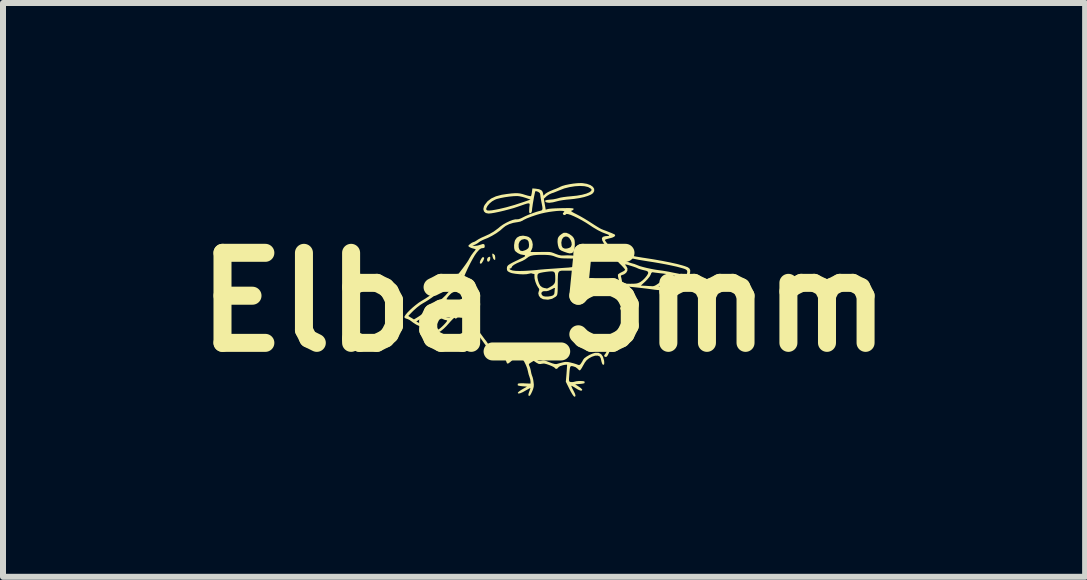
<source format=kicad_pcb>
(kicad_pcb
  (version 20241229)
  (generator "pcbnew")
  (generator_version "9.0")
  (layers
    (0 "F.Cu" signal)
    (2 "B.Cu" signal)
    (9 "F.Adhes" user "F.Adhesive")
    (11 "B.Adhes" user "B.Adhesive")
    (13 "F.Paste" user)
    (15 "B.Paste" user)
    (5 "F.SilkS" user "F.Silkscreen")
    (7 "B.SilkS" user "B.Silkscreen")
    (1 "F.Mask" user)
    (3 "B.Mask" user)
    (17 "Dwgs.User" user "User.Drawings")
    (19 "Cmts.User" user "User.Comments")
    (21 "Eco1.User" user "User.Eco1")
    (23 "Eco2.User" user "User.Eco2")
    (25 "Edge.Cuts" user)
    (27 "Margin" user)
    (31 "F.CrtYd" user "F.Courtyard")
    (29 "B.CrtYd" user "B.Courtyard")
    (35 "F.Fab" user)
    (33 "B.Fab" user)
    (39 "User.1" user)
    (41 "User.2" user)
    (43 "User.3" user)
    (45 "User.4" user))
  (footprint "Elba_5mm"
    (layer "F.Cu")
    (at 6.014 1.984)
    (property "Reference" "Elba_5mm" (at 0 0 0) (layer "F.SilkS") (effects (font (size 1.5 1.5) (thickness 0.3))))
    (attr board_only exclude_from_pos_files exclude_from_bom)
    (fp_poly (pts (xy -0.896 -0.748) (xy -0.897 -0.718) (xy -0.898 -0.713) (xy -0.909 -0.685) (xy -0.926 -0.674) (xy -0.942 -0.679) (xy -0.95 -0.703) (xy -0.95 -0.706) (xy -0.942 -0.735) (xy -0.927 -0.749) (xy -0.905 -0.757)) (stroke (width 0) (type solid)) (fill yes) (layer "F.SilkS"))
    (fp_poly (pts (xy 0.758 -0.858) (xy 0.763 -0.851) (xy 0.767 -0.83) (xy 0.77 -0.82) (xy 0.77 -0.804) (xy 0.752 -0.8) (xy 0.731 -0.805) (xy 0.725 -0.812) (xy 0.721 -0.833) (xy 0.718 -0.843) (xy 0.719 -0.859) (xy 0.737 -0.863)) (stroke (width 0) (type solid)) (fill yes) (layer "F.SilkS"))
    (fp_poly (pts (xy -1 -0.745) (xy -0.998 -0.727) (xy -1.011 -0.694) (xy -1.015 -0.687) (xy -1.037 -0.651) (xy -1.053 -0.639) (xy -1.067 -0.647) (xy -1.069 -0.649) (xy -1.069 -0.668) (xy -1.059 -0.697) (xy -1.043 -0.726) (xy -1.027 -0.746) (xy -1.019 -0.75)) (stroke (width 0) (type solid)) (fill yes) (layer "F.SilkS"))
    (fp_poly (pts (xy 0.671 -0.894) (xy 0.673 -0.879) (xy 0.663 -0.869) (xy 0.653 -0.852) (xy 0.65 -0.831) (xy 0.643 -0.807) (xy 0.627 -0.801) (xy 0.611 -0.814) (xy 0.608 -0.819) (xy 0.606 -0.849) (xy 0.618 -0.879) (xy 0.639 -0.898) (xy 0.65 -0.9)) (stroke (width 0) (type solid)) (fill yes) (layer "F.SilkS"))
    (fp_poly (pts (xy -0.846 -0.805) (xy -0.84 -0.801) (xy -0.819 -0.781) (xy -0.813 -0.746) (xy -0.813 -0.744) (xy -0.813 -0.713) (xy -0.817 -0.703) (xy -0.828 -0.706) (xy -0.835 -0.711) (xy -0.848 -0.729) (xy -0.858 -0.761) (xy -0.859 -0.768) (xy -0.863 -0.799) (xy -0.86 -0.809)) (stroke (width 0) (type solid)) (fill yes) (layer "F.SilkS"))
    (fp_poly (pts (xy 0.373 -1.155) (xy 0.419 -1.136) (xy 0.464 -1.104) (xy 0.482 -1.086) (xy 0.498 -1.062) (xy 0.508 -1.036) (xy 0.512 -1.001) (xy 0.513 -0.959) (xy 0.508 -0.89) (xy 0.493 -0.843) (xy 0.467 -0.818) (xy 0.428 -0.812) (xy 0.388 -0.821) (xy 0.33 -0.841) (xy 0.291 -0.857) (xy 0.266 -0.873) (xy 0.251 -0.891) (xy 0.243 -0.908) (xy 0.232 -0.947) (xy 0.226 -0.99) (xy 0.288 -0.99) (xy 0.294 -0.937) (xy 0.313 -0.905) (xy 0.347 -0.892) (xy 0.381 -0.893) (xy 0.417 -0.903) (xy 0.444 -0.918) (xy 0.447 -0.922) (xy 0.461 -0.954) (xy 0.458 -0.994) (xy 0.445 -1.031) (xy 0.418 -1.072) (xy 0.385 -1.092) (xy 0.35 -1.093) (xy 0.319 -1.076) (xy 0.297 -1.041) (xy 0.288 -0.991) (xy 0.288 -0.99) (xy 0.226 -0.99) (xy 0.226 -0.994) (xy 0.225 -1.012) (xy 0.228 -1.054) (xy 0.239 -1.083) (xy 0.262 -1.111) (xy 0.294 -1.136) (xy 0.325 -1.154) (xy 0.331 -1.156)) (stroke (width 0) (type solid)) (fill yes) (layer "F.SilkS"))
    (fp_poly (pts (xy -0.287 -1.097) (xy -0.254 -1.085) (xy -0.22 -1.057) (xy -0.198 -1.013) (xy -0.188 -0.961) (xy -0.193 -0.909) (xy -0.206 -0.875) (xy -0.219 -0.851) (xy -0.225 -0.838) (xy -0.213 -0.836) (xy -0.181 -0.835) (xy -0.133 -0.835) (xy -0.074 -0.836) (xy -0.059 -0.836) (xy 0.01 -0.837) (xy 0.06 -0.837) (xy 0.097 -0.835) (xy 0.127 -0.829) (xy 0.157 -0.819) (xy 0.188 -0.806) (xy 0.241 -0.787) (xy 0.284 -0.778) (xy 0.329 -0.778) (xy 0.337 -0.778) (xy 0.388 -0.78) (xy 0.448 -0.778) (xy 0.493 -0.775) (xy 0.55 -0.766) (xy 0.586 -0.751) (xy 0.605 -0.727) (xy 0.612 -0.691) (xy 0.613 -0.678) (xy 0.609 -0.647) (xy 0.593 -0.619) (xy 0.561 -0.583) (xy 0.558 -0.58) (xy 0.504 -0.525) (xy 0.392 -0.525) (xy 0.333 -0.525) (xy 0.291 -0.524) (xy 0.262 -0.518) (xy 0.244 -0.503) (xy 0.234 -0.476) (xy 0.231 -0.433) (xy 0.229 -0.372) (xy 0.229 -0.315) (xy 0.228 -0.241) (xy 0.227 -0.188) (xy 0.224 -0.151) (xy 0.22 -0.127) (xy 0.214 -0.111) (xy 0.204 -0.1) (xy 0.195 -0.091) (xy 0.135 -0.056) (xy 0.066 -0.041) (xy -0.009 -0.048) (xy -0.022 -0.052) (xy -0.06 -0.073) (xy -0.086 -0.107) (xy -0.094 -0.14) (xy -0.045 -0.14) (xy -0.032 -0.115) (xy -0.008 -0.099) (xy 0.026 -0.093) (xy 0.071 -0.094) (xy 0.117 -0.101) (xy 0.151 -0.113) (xy 0.17 -0.135) (xy 0.175 -0.168) (xy 0.177 -0.203) (xy 0.182 -0.229) (xy 0.183 -0.23) (xy 0.18 -0.237) (xy 0.16 -0.232) (xy 0.124 -0.213) (xy 0.074 -0.19) (xy 0.035 -0.182) (xy 0.019 -0.184) (xy -0.017 -0.181) (xy -0.039 -0.165) (xy -0.045 -0.14) (xy -0.094 -0.14) (xy -0.096 -0.147) (xy -0.088 -0.18) (xy -0.079 -0.204) (xy -0.084 -0.225) (xy -0.098 -0.244) (xy -0.122 -0.285) (xy -0.143 -0.337) (xy -0.157 -0.39) (xy -0.159 -0.413) (xy -0.11 -0.413) (xy -0.101 -0.364) (xy -0.085 -0.315) (xy -0.064 -0.275) (xy -0.033 -0.249) (xy 0.001 -0.236) (xy 0.031 -0.231) (xy 0.047 -0.227) (xy 0.048 -0.227) (xy 0.061 -0.231) (xy 0.086 -0.244) (xy 0.092 -0.247) (xy 0.14 -0.276) (xy 0.168 -0.302) (xy 0.183 -0.333) (xy 0.187 -0.375) (xy 0.187 -0.387) (xy 0.186 -0.444) (xy 0.181 -0.481) (xy 0.169 -0.502) (xy 0.149 -0.511) (xy 0.124 -0.513) (xy 0.086 -0.511) (xy 0.035 -0.505) (xy -0.013 -0.498) (xy -0.059 -0.489) (xy -0.087 -0.48) (xy -0.102 -0.468) (xy -0.109 -0.451) (xy -0.109 -0.451) (xy -0.11 -0.413) (xy -0.159 -0.413) (xy -0.16 -0.434) (xy -0.16 -0.439) (xy -0.159 -0.466) (xy -0.169 -0.471) (xy -0.169 -0.47) (xy -0.191 -0.473) (xy -0.196 -0.476) (xy -0.217 -0.481) (xy -0.249 -0.474) (xy -0.291 -0.466) (xy -0.349 -0.463) (xy -0.415 -0.466) (xy -0.48 -0.473) (xy -0.536 -0.483) (xy -0.57 -0.495) (xy -0.602 -0.513) (xy -0.616 -0.532) (xy -0.619 -0.559) (xy -0.575 -0.559) (xy -0.573 -0.549) (xy -0.555 -0.537) (xy -0.522 -0.527) (xy -0.522 -0.527) (xy -0.476 -0.521) (xy -0.408 -0.519) (xy -0.322 -0.521) (xy -0.221 -0.527) (xy -0.108 -0.537) (xy -0.106 -0.538) (xy -0.052 -0.543) (xy 0.021 -0.549) (xy 0.104 -0.555) (xy 0.191 -0.561) (xy 0.259 -0.566) (xy 0.342 -0.572) (xy 0.404 -0.576) (xy 0.449 -0.581) (xy 0.48 -0.586) (xy 0.502 -0.592) (xy 0.517 -0.6) (xy 0.529 -0.611) (xy 0.531 -0.612) (xy 0.552 -0.642) (xy 0.563 -0.676) (xy 0.56 -0.706) (xy 0.549 -0.72) (xy 0.532 -0.723) (xy 0.496 -0.726) (xy 0.445 -0.727) (xy 0.398 -0.728) (xy 0.332 -0.729) (xy 0.282 -0.732) (xy 0.243 -0.739) (xy 0.206 -0.75) (xy 0.188 -0.757) (xy 0.15 -0.771) (xy 0.112 -0.78) (xy 0.068 -0.785) (xy 0.009 -0.788) (xy -0.027 -0.788) (xy -0.11 -0.787) (xy -0.173 -0.782) (xy -0.22 -0.772) (xy -0.256 -0.756) (xy -0.286 -0.733) (xy -0.287 -0.733) (xy -0.317 -0.711) (xy -0.359 -0.688) (xy -0.388 -0.676) (xy -0.452 -0.649) (xy -0.501 -0.622) (xy -0.53 -0.598) (xy -0.538 -0.582) (xy -0.548 -0.565) (xy -0.557 -0.563) (xy -0.575 -0.559) (xy -0.619 -0.559) (xy -0.619 -0.561) (xy -0.619 -0.562) (xy -0.617 -0.583) (xy -0.61 -0.601) (xy -0.594 -0.618) (xy -0.565 -0.637) (xy -0.521 -0.661) (xy -0.458 -0.692) (xy -0.45 -0.695) (xy -0.395 -0.722) (xy -0.358 -0.74) (xy -0.335 -0.752) (xy -0.323 -0.76) (xy -0.318 -0.766) (xy -0.315 -0.773) (xy -0.323 -0.784) (xy -0.351 -0.788) (xy -0.393 -0.796) (xy -0.437 -0.817) (xy -0.474 -0.845) (xy -0.488 -0.863) (xy -0.498 -0.901) (xy -0.499 -0.951) (xy -0.496 -0.969) (xy -0.423 -0.969) (xy -0.423 -0.916) (xy -0.413 -0.882) (xy -0.392 -0.857) (xy -0.358 -0.851) (xy -0.314 -0.865) (xy -0.292 -0.876) (xy -0.265 -0.896) (xy -0.253 -0.918) (xy -0.25 -0.953) (xy -0.25 -0.957) (xy -0.257 -1.007) (xy -0.279 -1.038) (xy -0.317 -1.05) (xy -0.328 -1.051) (xy -0.374 -1.04) (xy -0.406 -1.011) (xy -0.423 -0.969) (xy -0.496 -0.969) (xy -0.491 -1.003) (xy -0.482 -1.033) (xy -0.452 -1.075) (xy -0.407 -1.1) (xy -0.35 -1.108)) (stroke (width 0) (type solid)) (fill yes) (layer "F.SilkS"))
    (fp_poly (pts (xy 0.642 -1.983) (xy 0.715 -1.971) (xy 0.773 -1.95) (xy 0.814 -1.921) (xy 0.835 -1.888) (xy 0.836 -1.851) (xy 0.816 -1.816) (xy 0.784 -1.793) (xy 0.732 -1.771) (xy 0.665 -1.75) (xy 0.586 -1.733) (xy 0.5 -1.72) (xy 0.443 -1.714) (xy 0.377 -1.708) (xy 0.314 -1.7) (xy 0.261 -1.691) (xy 0.231 -1.684) (xy 0.148 -1.663) (xy 0.085 -1.655) (xy 0.043 -1.661) (xy 0.038 -1.663) (xy 0.017 -1.68) (xy 0.02 -1.693) (xy 0.047 -1.702) (xy 0.097 -1.708) (xy 0.101 -1.708) (xy 0.154 -1.713) (xy 0.208 -1.724) (xy 0.238 -1.732) (xy 0.274 -1.742) (xy 0.328 -1.751) (xy 0.393 -1.759) (xy 0.448 -1.764) (xy 0.546 -1.774) (xy 0.632 -1.789) (xy 0.703 -1.808) (xy 0.755 -1.83) (xy 0.78 -1.849) (xy 0.793 -1.868) (xy 0.788 -1.882) (xy 0.776 -1.894) (xy 0.734 -1.918) (xy 0.673 -1.932) (xy 0.598 -1.936) (xy 0.515 -1.931) (xy 0.427 -1.917) (xy 0.339 -1.895) (xy 0.256 -1.863) (xy 0.256 -1.863) (xy 0.207 -1.843) (xy 0.16 -1.824) (xy 0.128 -1.814) (xy 0.088 -1.796) (xy 0.048 -1.77) (xy 0.039 -1.762) (xy -0.003 -1.723) (xy 0.012 -1.632) (xy 0.028 -1.541) (xy 0.066 -1.552) (xy 0.092 -1.556) (xy 0.137 -1.56) (xy 0.196 -1.563) (xy 0.264 -1.565) (xy 0.299 -1.566) (xy 0.374 -1.567) (xy 0.428 -1.567) (xy 0.463 -1.565) (xy 0.484 -1.562) (xy 0.493 -1.556) (xy 0.494 -1.551) (xy 0.483 -1.535) (xy 0.463 -1.526) (xy 0.452 -1.521) (xy 0.454 -1.514) (xy 0.471 -1.501) (xy 0.506 -1.482) (xy 0.544 -1.463) (xy 0.602 -1.432) (xy 0.67 -1.393) (xy 0.74 -1.35) (xy 0.79 -1.318) (xy 0.844 -1.283) (xy 0.894 -1.252) (xy 0.933 -1.229) (xy 0.958 -1.216) (xy 0.959 -1.216) (xy 0.988 -1.204) (xy 1.032 -1.188) (xy 1.08 -1.169) (xy 1.082 -1.168) (xy 1.126 -1.151) (xy 1.161 -1.135) (xy 1.18 -1.125) (xy 1.181 -1.125) (xy 1.185 -1.108) (xy 1.169 -1.09) (xy 1.134 -1.074) (xy 1.087 -1.062) (xy 1.048 -1.052) (xy 1.021 -1.042) (xy 1.013 -1.036) (xy 1.021 -1.02) (xy 1.04 -0.993) (xy 1.064 -0.963) (xy 1.121 -0.911) (xy 1.197 -0.863) (xy 1.286 -0.824) (xy 1.382 -0.796) (xy 1.389 -0.794) (xy 1.434 -0.784) (xy 1.469 -0.775) (xy 1.488 -0.769) (xy 1.488 -0.769) (xy 1.504 -0.765) (xy 1.539 -0.758) (xy 1.59 -0.75) (xy 1.65 -0.74) (xy 1.665 -0.738) (xy 1.825 -0.713) (xy 1.972 -0.687) (xy 2.103 -0.661) (xy 2.216 -0.636) (xy 2.309 -0.611) (xy 2.348 -0.599) (xy 2.395 -0.581) (xy 2.423 -0.56) (xy 2.436 -0.532) (xy 2.434 -0.493) (xy 2.419 -0.436) (xy 2.414 -0.42) (xy 2.389 -0.344) (xy 2.365 -0.287) (xy 2.34 -0.245) (xy 2.312 -0.213) (xy 2.279 -0.188) (xy 2.242 -0.166) (xy 2.208 -0.154) (xy 2.171 -0.153) (xy 2.123 -0.161) (xy 2.07 -0.175) (xy 2.018 -0.188) (xy 1.969 -0.197) (xy 1.934 -0.2) (xy 1.894 -0.202) (xy 1.843 -0.207) (xy 1.809 -0.212) (xy 1.758 -0.219) (xy 1.696 -0.227) (xy 1.628 -0.235) (xy 1.557 -0.243) (xy 1.489 -0.25) (xy 1.429 -0.256) (xy 1.379 -0.26) (xy 1.346 -0.262) (xy 1.333 -0.261) (xy 1.331 -0.244) (xy 1.337 -0.209) (xy 1.35 -0.162) (xy 1.368 -0.108) (xy 1.389 -0.052) (xy 1.411 0.001) (xy 1.432 0.045) (xy 1.45 0.076) (xy 1.464 0.088) (xy 1.464 0.088) (xy 1.474 0.098) (xy 1.476 0.106) (xy 1.465 0.123) (xy 1.435 0.134) (xy 1.395 0.137) (xy 1.375 0.135) (xy 1.349 0.133) (xy 1.341 0.141) (xy 1.343 0.155) (xy 1.347 0.179) (xy 1.351 0.221) (xy 1.356 0.272) (xy 1.358 0.288) (xy 1.364 0.347) (xy 1.375 0.394) (xy 1.392 0.438) (xy 1.416 0.485) (xy 1.44 0.531) (xy 1.451 0.56) (xy 1.449 0.575) (xy 1.435 0.578) (xy 1.423 0.577) (xy 1.413 0.585) (xy 1.413 0.587) (xy 1.403 0.594) (xy 1.385 0.592) (xy 1.337 0.581) (xy 1.303 0.579) (xy 1.275 0.587) (xy 1.244 0.607) (xy 1.221 0.624) (xy 1.165 0.677) (xy 1.132 0.729) (xy 1.102 0.798) (xy 1.08 0.847) (xy 1.064 0.88) (xy 1.052 0.9) (xy 1.042 0.909) (xy 1.032 0.913) (xy 1.026 0.913) (xy 1.005 0.905) (xy 1.002 0.886) (xy 1.019 0.864) (xy 1.032 0.845) (xy 1.049 0.81) (xy 1.068 0.766) (xy 1.07 0.761) (xy 1.11 0.677) (xy 1.159 0.611) (xy 1.214 0.564) (xy 1.273 0.537) (xy 1.334 0.532) (xy 1.381 0.544) (xy 1.391 0.546) (xy 1.39 0.535) (xy 1.379 0.509) (xy 1.36 0.474) (xy 1.337 0.429) (xy 1.322 0.388) (xy 1.314 0.343) (xy 1.308 0.283) (xy 1.307 0.282) (xy 1.301 0.227) (xy 1.293 0.177) (xy 1.283 0.141) (xy 1.28 0.133) (xy 1.268 0.107) (xy 1.269 0.092) (xy 1.282 0.08) (xy 1.301 0.071) (xy 1.327 0.074) (xy 1.352 0.082) (xy 1.382 0.089) (xy 1.4 0.088) (xy 1.401 0.079) (xy 1.389 0.069) (xy 1.378 0.054) (xy 1.363 0.019) (xy 1.344 -0.028) (xy 1.325 -0.081) (xy 1.308 -0.136) (xy 1.296 -0.181) (xy 1.282 -0.233) (xy 1.271 -0.276) (xy 1.613 -0.276) (xy 1.691 -0.272) (xy 1.74 -0.269) (xy 1.784 -0.267) (xy 1.807 -0.265) (xy 1.833 -0.269) (xy 1.865 -0.284) (xy 1.908 -0.313) (xy 1.927 -0.328) (xy 1.977 -0.371) (xy 2.015 -0.409) (xy 2.037 -0.44) (xy 2.043 -0.461) (xy 2.035 -0.469) (xy 2.015 -0.472) (xy 1.979 -0.477) (xy 1.938 -0.481) (xy 1.89 -0.487) (xy 1.848 -0.492) (xy 1.824 -0.496) (xy 1.801 -0.498) (xy 1.787 -0.485) (xy 1.777 -0.458) (xy 1.758 -0.424) (xy 1.723 -0.381) (xy 1.688 -0.345) (xy 1.613 -0.276) (xy 1.271 -0.276) (xy 1.266 -0.295) (xy 1.251 -0.349) (xy 1.239 -0.396) (xy 1.232 -0.431) (xy 1.28 -0.431) (xy 1.287 -0.408) (xy 1.294 -0.374) (xy 1.295 -0.367) (xy 1.302 -0.335) (xy 1.307 -0.315) (xy 1.307 -0.313) (xy 1.321 -0.31) (xy 1.353 -0.308) (xy 1.4 -0.307) (xy 1.434 -0.306) (xy 1.494 -0.307) (xy 1.535 -0.31) (xy 1.565 -0.317) (xy 1.59 -0.328) (xy 1.604 -0.335) (xy 1.644 -0.365) (xy 1.681 -0.402) (xy 1.712 -0.44) (xy 1.732 -0.473) (xy 1.736 -0.493) (xy 1.727 -0.51) (xy 1.705 -0.522) (xy 1.663 -0.532) (xy 1.619 -0.543) (xy 1.58 -0.555) (xy 1.564 -0.562) (xy 1.538 -0.574) (xy 1.5 -0.588) (xy 1.457 -0.602) (xy 1.414 -0.615) (xy 1.378 -0.625) (xy 1.355 -0.629) (xy 1.351 -0.628) (xy 1.358 -0.614) (xy 1.371 -0.599) (xy 1.39 -0.562) (xy 1.388 -0.523) (xy 1.367 -0.488) (xy 1.331 -0.462) (xy 1.311 -0.456) (xy 1.284 -0.445) (xy 1.28 -0.431) (xy 1.232 -0.431) (xy 1.232 -0.434) (xy 1.231 -0.457) (xy 1.231 -0.459) (xy 1.246 -0.473) (xy 1.275 -0.491) (xy 1.294 -0.5) (xy 1.327 -0.517) (xy 1.347 -0.533) (xy 1.351 -0.54) (xy 1.342 -0.555) (xy 1.319 -0.582) (xy 1.286 -0.617) (xy 1.264 -0.638) (xy 1.223 -0.682) (xy 1.185 -0.726) (xy 1.157 -0.764) (xy 1.151 -0.775) (xy 1.133 -0.804) (xy 1.188 -0.804) (xy 1.197 -0.783) (xy 1.218 -0.757) (xy 1.244 -0.735) (xy 1.264 -0.725) (xy 1.265 -0.725) (xy 1.29 -0.719) (xy 1.326 -0.704) (xy 1.342 -0.695) (xy 1.388 -0.673) (xy 1.44 -0.654) (xy 1.457 -0.649) (xy 1.504 -0.636) (xy 1.549 -0.619) (xy 1.563 -0.613) (xy 1.598 -0.6) (xy 1.65 -0.585) (xy 1.715 -0.569) (xy 1.785 -0.554) (xy 1.855 -0.541) (xy 1.917 -0.532) (xy 1.926 -0.531) (xy 1.976 -0.524) (xy 2.036 -0.514) (xy 2.082 -0.506) (xy 2.14 -0.494) (xy 2.201 -0.482) (xy 2.242 -0.474) (xy 2.282 -0.465) (xy 2.311 -0.455) (xy 2.321 -0.448) (xy 2.324 -0.43) (xy 2.305 -0.422) (xy 2.264 -0.423) (xy 2.207 -0.432) (xy 2.107 -0.451) (xy 2.079 -0.416) (xy 2.061 -0.391) (xy 2.051 -0.375) (xy 2.051 -0.374) (xy 2.042 -0.363) (xy 2.017 -0.342) (xy 1.983 -0.314) (xy 1.98 -0.312) (xy 1.909 -0.258) (xy 1.992 -0.241) (xy 2.039 -0.231) (xy 2.08 -0.221) (xy 2.104 -0.213) (xy 2.166 -0.2) (xy 2.223 -0.211) (xy 2.275 -0.245) (xy 2.305 -0.276) (xy 2.327 -0.312) (xy 2.348 -0.362) (xy 2.357 -0.388) (xy 2.376 -0.448) (xy 2.385 -0.49) (xy 2.386 -0.517) (xy 2.376 -0.535) (xy 2.355 -0.548) (xy 2.336 -0.556) (xy 2.285 -0.571) (xy 2.215 -0.59) (xy 2.129 -0.609) (xy 2.032 -0.629) (xy 1.928 -0.648) (xy 1.822 -0.666) (xy 1.72 -0.682) (xy 1.579 -0.705) (xy 1.444 -0.733) (xy 1.323 -0.765) (xy 1.273 -0.781) (xy 1.231 -0.794) (xy 1.201 -0.802) (xy 1.188 -0.804) (xy 1.188 -0.804) (xy 1.133 -0.804) (xy 1.13 -0.809) (xy 1.098 -0.854) (xy 1.06 -0.902) (xy 1.043 -0.921) (xy 0.995 -0.982) (xy 0.969 -1.03) (xy 0.964 -1.065) (xy 0.98 -1.088) (xy 1.018 -1.099) (xy 1.041 -1.101) (xy 1.075 -1.103) (xy 1.086 -1.112) (xy 1.073 -1.123) (xy 1.036 -1.138) (xy 1.035 -1.138) (xy 0.967 -1.164) (xy 0.895 -1.2) (xy 0.814 -1.248) (xy 0.769 -1.278) (xy 0.7 -1.323) (xy 0.63 -1.364) (xy 0.561 -1.401) (xy 0.498 -1.431) (xy 0.444 -1.454) (xy 0.401 -1.467) (xy 0.373 -1.47) (xy 0.363 -1.462) (xy 0.363 -1.462) (xy 0.352 -1.453) (xy 0.338 -1.451) (xy 0.318 -1.46) (xy 0.313 -1.479) (xy 0.325 -1.494) (xy 0.339 -1.508) (xy 0.331 -1.516) (xy 0.305 -1.521) (xy 0.264 -1.522) (xy 0.211 -1.519) (xy 0.151 -1.512) (xy 0.085 -1.503) (xy 0.018 -1.491) (xy -0.048 -1.476) (xy -0.109 -1.459) (xy -0.119 -1.456) (xy -0.214 -1.424) (xy -0.288 -1.395) (xy -0.34 -1.37) (xy -0.354 -1.36) (xy -0.395 -1.342) (xy -0.445 -1.332) (xy -0.448 -1.332) (xy -0.513 -1.321) (xy -0.58 -1.3) (xy -0.64 -1.27) (xy -0.682 -1.237) (xy -0.731 -1.194) (xy -0.795 -1.148) (xy -0.867 -1.105) (xy -0.938 -1.069) (xy -0.971 -1.056) (xy -1.017 -1.037) (xy -1.057 -1.017) (xy -1.082 -1.001) (xy -1.082 -1) (xy -1.111 -0.979) (xy -1.147 -0.959) (xy -1.151 -0.958) (xy -1.194 -0.939) (xy -1.149 -0.938) (xy -1.106 -0.943) (xy -1.061 -0.956) (xy -1.058 -0.957) (xy -1.019 -0.969) (xy -0.997 -0.965) (xy -0.989 -0.943) (xy -0.988 -0.931) (xy -0.992 -0.909) (xy -1.01 -0.901) (xy -1.025 -0.9) (xy -1.048 -0.896) (xy -1.071 -0.882) (xy -1.1 -0.852) (xy -1.12 -0.829) (xy -1.152 -0.784) (xy -1.189 -0.721) (xy -1.229 -0.647) (xy -1.27 -0.565) (xy -1.308 -0.482) (xy -1.341 -0.404) (xy -1.366 -0.336) (xy -1.381 -0.285) (xy -1.398 -0.253) (xy -1.42 -0.243) (xy -1.448 -0.227) (xy -1.472 -0.199) (xy -1.472 -0.199) (xy -1.495 -0.173) (xy -1.519 -0.162) (xy -1.538 -0.153) (xy -1.564 -0.13) (xy -1.592 -0.1) (xy -1.614 -0.071) (xy -1.626 -0.049) (xy -1.626 -0.047) (xy -1.615 -0.04) (xy -1.585 -0.031) (xy -1.544 -0.021) (xy -1.498 -0.012) (xy -1.454 -0.004) (xy -1.417 -0.000363) (xy -1.407 0) (xy -1.362 0) (xy -1.366 -0.078) (xy -1.369 -0.121) (xy -1.374 -0.145) (xy -1.384 -0.157) (xy -1.401 -0.163) (xy -1.427 -0.175) (xy -1.432 -0.19) (xy -1.416 -0.202) (xy -1.389 -0.206) (xy -1.351 -0.198) (xy -1.327 -0.172) (xy -1.315 -0.125) (xy -1.313 -0.087) (xy -1.317 -0.044) (xy -1.328 0.012) (xy -1.342 0.073) (xy -1.359 0.128) (xy -1.369 0.152) (xy -1.371 0.164) (xy -1.359 0.169) (xy -1.329 0.167) (xy -1.323 0.166) (xy -1.283 0.165) (xy -1.256 0.176) (xy -1.239 0.204) (xy -1.226 0.251) (xy -1.204 0.337) (xy -1.179 0.398) (xy -1.15 0.436) (xy -1.139 0.444) (xy -1.114 0.463) (xy -1.082 0.495) (xy -1.05 0.534) (xy -1.018 0.578) (xy -0.986 0.621) (xy -0.963 0.65) (xy -0.935 0.691) (xy -0.907 0.732) (xy -0.903 0.738) (xy -0.877 0.774) (xy -0.85 0.806) (xy -0.846 0.809) (xy -0.822 0.828) (xy -0.799 0.829) (xy -0.779 0.823) (xy -0.73 0.817) (xy -0.683 0.835) (xy -0.64 0.874) (xy -0.629 0.89) (xy -0.609 0.918) (xy -0.595 0.936) (xy -0.592 0.938) (xy -0.58 0.93) (xy -0.561 0.914) (xy -0.518 0.883) (xy -0.472 0.862) (xy -0.43 0.854) (xy -0.417 0.856) (xy -0.38 0.871) (xy -0.338 0.895) (xy -0.299 0.922) (xy -0.274 0.947) (xy -0.273 0.949) (xy -0.257 0.965) (xy -0.234 0.962) (xy -0.23 0.96) (xy -0.206 0.942) (xy -0.197 0.926) (xy -0.186 0.911) (xy -0.16 0.909) (xy -0.151 0.91) (xy -0.124 0.917) (xy -0.117 0.93) (xy -0.119 0.939) (xy -0.116 0.963) (xy -0.096 0.978) (xy -0.065 0.982) (xy -0.039 0.976) (xy -0.018 0.97) (xy 0.006 0.972) (xy 0.039 0.982) (xy 0.088 1.001) (xy 0.137 1.019) (xy 0.178 1.03) (xy 0.204 1.032) (xy 0.206 1.032) (xy 0.271 1.014) (xy 0.317 1.002) (xy 0.351 0.996) (xy 0.38 0.996) (xy 0.41 0.999) (xy 0.445 1.007) (xy 0.449 1.008) (xy 0.496 1.02) (xy 0.537 1.033) (xy 0.561 1.042) (xy 0.584 1.049) (xy 0.601 1.039) (xy 0.613 1.025) (xy 0.636 0.99) (xy 0.651 0.961) (xy 0.671 0.935) (xy 0.709 0.907) (xy 0.757 0.879) (xy 0.808 0.857) (xy 0.852 0.844) (xy 0.907 0.844) (xy 0.951 0.865) (xy 0.981 0.908) (xy 1 0.972) (xy 1.003 1) (xy 1.002 1.032) (xy 0.992 1.044) (xy 0.988 1.044) (xy 0.977 1.039) (xy 0.967 1.022) (xy 0.956 0.988) (xy 0.945 0.936) (xy 0.928 0.905) (xy 0.895 0.891) (xy 0.85 0.892) (xy 0.796 0.91) (xy 0.749 0.936) (xy 0.711 0.966) (xy 0.68 1.006) (xy 0.652 1.055) (xy 0.63 1.095) (xy 0.61 1.124) (xy 0.597 1.138) (xy 0.596 1.138) (xy 0.579 1.129) (xy 0.558 1.108) (xy 0.557 1.107) (xy 0.525 1.083) (xy 0.485 1.069) (xy 0.463 1.065) (xy 0.448 1.067) (xy 0.437 1.078) (xy 0.431 1.102) (xy 0.426 1.142) (xy 0.421 1.202) (xy 0.42 1.221) (xy 0.416 1.271) (xy 0.416 1.302) (xy 0.42 1.319) (xy 0.43 1.326) (xy 0.443 1.331) (xy 0.478 1.332) (xy 0.506 1.326) (xy 0.537 1.318) (xy 0.576 1.314) (xy 0.616 1.314) (xy 0.651 1.316) (xy 0.672 1.321) (xy 0.675 1.326) (xy 0.676 1.347) (xy 0.676 1.348) (xy 0.664 1.353) (xy 0.635 1.359) (xy 0.597 1.363) (xy 0.519 1.369) (xy 0.578 1.407) (xy 0.611 1.43) (xy 0.632 1.451) (xy 0.637 1.46) (xy 0.629 1.474) (xy 0.604 1.473) (xy 0.566 1.457) (xy 0.525 1.432) (xy 0.49 1.41) (xy 0.465 1.396) (xy 0.454 1.393) (xy 0.457 1.405) (xy 0.469 1.434) (xy 0.487 1.468) (xy 0.513 1.52) (xy 0.524 1.554) (xy 0.52 1.571) (xy 0.507 1.576) (xy 0.493 1.565) (xy 0.471 1.534) (xy 0.444 1.488) (xy 0.425 1.451) (xy 0.363 1.326) (xy 0.375 1.186) (xy 0.379 1.13) (xy 0.382 1.083) (xy 0.384 1.052) (xy 0.383 1.042) (xy 0.37 1.042) (xy 0.339 1.046) (xy 0.314 1.051) (xy 0.267 1.066) (xy 0.24 1.085) (xy 0.237 1.089) (xy 0.217 1.11) (xy 0.193 1.11) (xy 0.179 1.095) (xy 0.162 1.082) (xy 0.129 1.065) (xy 0.087 1.048) (xy 0.044 1.033) (xy 0.008 1.024) (xy -0.006 1.023) (xy -0.04 1.027) (xy -0.057 1.031) (xy -0.089 1.029) (xy -0.127 1.009) (xy -0.172 0.978) (xy -0.217 1.005) (xy -0.244 1.023) (xy -0.253 1.037) (xy -0.248 1.056) (xy -0.244 1.063) (xy -0.232 1.095) (xy -0.221 1.138) (xy -0.219 1.151) (xy -0.211 1.19) (xy -0.201 1.223) (xy -0.198 1.23) (xy -0.189 1.255) (xy -0.18 1.294) (xy -0.175 1.329) (xy -0.17 1.374) (xy -0.172 1.41) (xy -0.182 1.448) (xy -0.196 1.484) (xy -0.215 1.524) (xy -0.232 1.553) (xy -0.245 1.563) (xy -0.26 1.556) (xy -0.26 1.532) (xy -0.247 1.49) (xy -0.243 1.482) (xy -0.232 1.452) (xy -0.227 1.434) (xy -0.228 1.431) (xy -0.239 1.435) (xy -0.266 1.45) (xy -0.3 1.469) (xy -0.355 1.5) (xy -0.398 1.518) (xy -0.426 1.523) (xy -0.437 1.513) (xy -0.437 1.511) (xy -0.427 1.497) (xy -0.4 1.476) (xy -0.363 1.452) (xy -0.36 1.451) (xy -0.284 1.407) (xy -0.361 1.401) (xy -0.401 1.396) (xy -0.429 1.39) (xy -0.438 1.385) (xy -0.438 1.364) (xy -0.438 1.362) (xy -0.426 1.355) (xy -0.391 1.352) (xy -0.332 1.352) (xy -0.331 1.353) (xy -0.225 1.357) (xy -0.225 1.322) (xy -0.23 1.286) (xy -0.242 1.247) (xy -0.242 1.246) (xy -0.256 1.206) (xy -0.267 1.159) (xy -0.269 1.149) (xy -0.281 1.102) (xy -0.302 1.048) (xy -0.328 0.995) (xy -0.355 0.951) (xy -0.38 0.923) (xy -0.411 0.904) (xy -0.443 0.904) (xy -0.479 0.923) (xy -0.524 0.961) (xy -0.525 0.963) (xy -0.559 0.994) (xy -0.587 1.016) (xy -0.605 1.025) (xy -0.605 1.026) (xy -0.619 1.015) (xy -0.629 0.989) (xy -0.643 0.956) (xy -0.667 0.92) (xy -0.696 0.888) (xy -0.724 0.867) (xy -0.738 0.863) (xy -0.775 0.869) (xy -0.797 0.884) (xy -0.8 0.896) (xy -0.811 0.91) (xy -0.825 0.913) (xy -0.846 0.905) (xy -0.85 0.895) (xy -0.858 0.874) (xy -0.877 0.846) (xy -0.886 0.835) (xy -0.908 0.808) (xy -0.939 0.766) (xy -0.975 0.716) (xy -1.005 0.674) (xy -1.058 0.599) (xy -1.1 0.545) (xy -1.135 0.508) (xy -1.163 0.487) (xy -1.188 0.48) (xy -1.2 0.482) (xy -1.229 0.489) (xy -1.244 0.492) (xy -1.253 0.484) (xy -1.253 0.463) (xy -1.247 0.44) (xy -1.236 0.424) (xy -1.236 0.424) (xy -1.23 0.41) (xy -1.235 0.38) (xy -1.248 0.342) (xy -1.263 0.297) (xy -1.275 0.257) (xy -1.281 0.237) (xy -1.288 0.216) (xy -1.304 0.209) (xy -1.332 0.21) (xy -1.363 0.217) (xy -1.382 0.225) (xy -1.383 0.226) (xy -1.4 0.236) (xy -1.414 0.238) (xy -1.438 0.246) (xy -1.446 0.256) (xy -1.461 0.272) (xy -1.48 0.273) (xy -1.491 0.261) (xy -1.5 0.264) (xy -1.522 0.284) (xy -1.553 0.316) (xy -1.586 0.353) (xy -1.628 0.4) (xy -1.671 0.442) (xy -1.708 0.473) (xy -1.727 0.487) (xy -1.76 0.504) (xy -1.782 0.508) (xy -1.806 0.502) (xy -1.817 0.497) (xy -1.848 0.484) (xy -1.894 0.467) (xy -1.946 0.448) (xy -1.957 0.445) (xy -2.053 0.41) (xy -2.128 0.375) (xy -2.184 0.339) (xy -2.204 0.323) (xy -2.128 0.323) (xy -2.089 0.343) (xy -2.056 0.359) (xy -2.01 0.376) (xy -1.979 0.387) (xy -1.926 0.405) (xy -1.87 0.425) (xy -1.845 0.435) (xy -1.805 0.451) (xy -1.781 0.459) (xy -1.764 0.457) (xy -1.748 0.448) (xy -1.73 0.435) (xy -1.703 0.411) (xy -1.672 0.381) (xy -1.643 0.35) (xy -1.622 0.324) (xy -1.613 0.308) (xy -1.613 0.308) (xy -1.624 0.301) (xy -1.632 0.3) (xy -1.658 0.294) (xy -1.695 0.278) (xy -1.735 0.257) (xy -1.769 0.236) (xy -1.788 0.22) (xy -1.812 0.203) (xy -1.826 0.2) (xy -1.864 0.194) (xy -1.886 0.177) (xy -1.888 0.165) (xy -1.892 0.155) (xy -1.905 0.161) (xy -1.917 0.172) (xy -1.94 0.191) (xy -1.977 0.219) (xy -2.021 0.25) (xy -2.036 0.261) (xy -2.128 0.323) (xy -2.204 0.323) (xy -2.205 0.323) (xy -2.239 0.298) (xy -2.272 0.282) (xy -2.277 0.281) (xy -2.308 0.27) (xy -2.326 0.256) (xy -2.325 0.239) (xy -2.319 0.231) (xy -2.261 0.231) (xy -2.225 0.253) (xy -2.193 0.272) (xy -2.172 0.285) (xy -2.167 0.287) (xy -2.156 0.281) (xy -2.129 0.265) (xy -2.091 0.241) (xy -2.077 0.232) (xy -2.026 0.196) (xy -1.968 0.151) (xy -1.944 0.132) (xy -1.869 0.132) (xy -1.863 0.137) (xy -1.856 0.137) (xy -1.833 0.144) (xy -1.797 0.162) (xy -1.756 0.187) (xy -1.753 0.189) (xy -1.677 0.233) (xy -1.61 0.257) (xy -1.582 0.261) (xy -1.566 0.254) (xy -1.541 0.232) (xy -1.518 0.209) (xy -1.486 0.173) (xy -1.458 0.138) (xy -1.446 0.121) (xy -1.425 0.097) (xy -1.406 0.092) (xy -1.391 0.089) (xy -1.388 0.077) (xy -1.393 0.064) (xy -1.412 0.054) (xy -1.448 0.045) (xy -1.475 0.04) (xy -1.529 0.029) (xy -1.583 0.016) (xy -1.618 0.006) (xy -1.654 -0.005) (xy -1.678 -0.006) (xy -1.704 0.004) (xy -1.729 0.018) (xy -1.772 0.047) (xy -1.817 0.081) (xy -1.832 0.093) (xy -1.86 0.118) (xy -1.869 0.132) (xy -1.944 0.132) (xy -1.913 0.105) (xy -1.899 0.093) (xy -1.851 0.052) (xy -1.802 0.013) (xy -1.758 -0.018) (xy -1.745 -0.026) (xy -1.695 -0.061) (xy -1.643 -0.111) (xy -1.614 -0.144) (xy -1.576 -0.187) (xy -1.535 -0.228) (xy -1.5 -0.257) (xy -1.496 -0.26) (xy -1.457 -0.293) (xy -1.423 -0.34) (xy -1.404 -0.375) (xy -1.38 -0.427) (xy -1.367 -0.458) (xy -1.367 -0.467) (xy -1.379 -0.456) (xy -1.399 -0.43) (xy -1.42 -0.402) (xy -1.441 -0.379) (xy -1.465 -0.358) (xy -1.497 -0.334) (xy -1.543 -0.304) (xy -1.595 -0.272) (xy -1.656 -0.232) (xy -1.725 -0.184) (xy -1.791 -0.135) (xy -1.817 -0.115) (xy -1.872 -0.074) (xy -1.929 -0.035) (xy -1.98 -0.003) (xy -2.005 0.011) (xy -2.057 0.043) (xy -2.116 0.088) (xy -2.173 0.139) (xy -2.173 0.139) (xy -2.211 0.177) (xy -2.24 0.207) (xy -2.258 0.226) (xy -2.261 0.231) (xy -2.319 0.231) (xy -2.307 0.211) (xy -2.276 0.174) (xy -2.235 0.132) (xy -2.187 0.088) (xy -2.136 0.046) (xy -2.086 0.008) (xy -2.039 -0.022) (xy -2.034 -0.025) (xy -1.979 -0.058) (xy -1.917 -0.099) (xy -1.861 -0.14) (xy -1.857 -0.144) (xy -1.811 -0.178) (xy -1.753 -0.221) (xy -1.688 -0.265) (xy -1.624 -0.307) (xy -1.624 -0.307) (xy -1.56 -0.35) (xy -1.511 -0.385) (xy -1.473 -0.418) (xy -1.44 -0.453) (xy -1.406 -0.496) (xy -1.405 -0.497) (xy -1.352 -0.566) (xy -1.312 -0.621) (xy -1.282 -0.664) (xy -1.259 -0.7) (xy -1.241 -0.733) (xy -1.238 -0.738) (xy -1.212 -0.781) (xy -1.181 -0.823) (xy -1.176 -0.83) (xy -1.153 -0.857) (xy -1.14 -0.875) (xy -1.138 -0.879) (xy -1.149 -0.885) (xy -1.175 -0.892) (xy -1.18 -0.893) (xy -1.216 -0.904) (xy -1.245 -0.919) (xy -1.26 -0.932) (xy -1.259 -0.944) (xy -1.241 -0.961) (xy -1.232 -0.969) (xy -1.203 -0.989) (xy -1.18 -1) (xy -1.177 -1) (xy -1.156 -1.008) (xy -1.127 -1.025) (xy -1.119 -1.031) (xy -1.087 -1.051) (xy -1.041 -1.075) (xy -0.993 -1.096) (xy -0.914 -1.132) (xy -0.839 -1.175) (xy -0.762 -1.232) (xy -0.728 -1.261) (xy -0.684 -1.292) (xy -0.63 -1.323) (xy -0.574 -1.35) (xy -0.521 -1.37) (xy -0.478 -1.38) (xy -0.453 -1.38) (xy -0.425 -1.382) (xy -0.385 -1.396) (xy -0.367 -1.405) (xy -0.315 -1.431) (xy -0.253 -1.458) (xy -0.188 -1.483) (xy -0.128 -1.504) (xy -0.08 -1.518) (xy -0.07 -1.52) (xy -0.046 -1.526) (xy -0.032 -1.536) (xy -0.026 -1.555) (xy -0.028 -1.586) (xy -0.037 -1.636) (xy -0.044 -1.67) (xy -0.053 -1.718) (xy -0.06 -1.762) (xy -0.063 -1.79) (xy -0.07 -1.817) (xy -0.095 -1.836) (xy -0.1 -1.839) (xy -0.128 -1.848) (xy -0.144 -1.849) (xy -0.144 -1.848) (xy -0.15 -1.833) (xy -0.157 -1.799) (xy -0.167 -1.753) (xy -0.176 -1.699) (xy -0.186 -1.643) (xy -0.193 -1.593) (xy -0.199 -1.552) (xy -0.2 -1.531) (xy -0.206 -1.501) (xy -0.22 -1.483) (xy -0.236 -1.481) (xy -0.245 -1.49) (xy -0.248 -1.509) (xy -0.247 -1.544) (xy -0.245 -1.579) (xy -0.241 -1.608) (xy -0.239 -1.629) (xy -0.244 -1.642) (xy -0.256 -1.646) (xy -0.281 -1.643) (xy -0.32 -1.631) (xy -0.377 -1.611) (xy -0.444 -1.588) (xy -0.51 -1.566) (xy -0.587 -1.545) (xy -0.667 -1.524) (xy -0.747 -1.505) (xy -0.82 -1.49) (xy -0.88 -1.48) (xy -0.923 -1.476) (xy -0.926 -1.476) (xy -0.971 -1.485) (xy -1 -1.511) (xy -1.011 -1.549) (xy -1.011 -1.552) (xy -0.963 -1.552) (xy -0.959 -1.537) (xy -0.943 -1.528) (xy -0.915 -1.526) (xy -0.869 -1.53) (xy -0.805 -1.541) (xy -0.749 -1.552) (xy -0.63 -1.58) (xy -0.49 -1.62) (xy -0.331 -1.672) (xy -0.291 -1.686) (xy -0.226 -1.709) (xy -0.308 -1.738) (xy -0.358 -1.753) (xy -0.409 -1.764) (xy -0.442 -1.768) (xy -0.504 -1.766) (xy -0.578 -1.759) (xy -0.654 -1.748) (xy -0.726 -1.734) (xy -0.786 -1.719) (xy -0.817 -1.707) (xy -0.866 -1.679) (xy -0.91 -1.642) (xy -0.943 -1.602) (xy -0.961 -1.565) (xy -0.963 -1.552) (xy -1.011 -1.552) (xy -1.002 -1.594) (xy -0.989 -1.62) (xy -0.942 -1.68) (xy -0.88 -1.727) (xy -0.802 -1.763) (xy -0.705 -1.789) (xy -0.619 -1.802) (xy -0.544 -1.811) (xy -0.487 -1.815) (xy -0.442 -1.815) (xy -0.402 -1.811) (xy -0.362 -1.802) (xy -0.314 -1.787) (xy -0.27 -1.774) (xy -0.236 -1.767) (xy -0.219 -1.766) (xy -0.218 -1.766) (xy -0.212 -1.782) (xy -0.205 -1.814) (xy -0.202 -1.834) (xy -0.194 -1.895) (xy -0.144 -1.891) (xy -0.084 -1.882) (xy -0.046 -1.866) (xy -0.024 -1.839) (xy -0.018 -1.817) (xy -0.009 -1.774) (xy 0.023 -1.806) (xy 0.051 -1.825) (xy 0.094 -1.847) (xy 0.144 -1.868) (xy 0.15 -1.871) (xy 0.198 -1.889) (xy 0.24 -1.907) (xy 0.268 -1.92) (xy 0.27 -1.922) (xy 0.304 -1.936) (xy 0.356 -1.951) (xy 0.419 -1.964) (xy 0.488 -1.975) (xy 0.555 -1.982) (xy 0.614 -1.984)) (stroke (width 0) (type solid)) (fill yes) (layer "F.SilkS")))
  (gr_rect
    (start -3 -3)
    (end 15.029 6.56)
    (stroke (width 0.1) (type default))
    (fill no)
    (layer "Edge.Cuts")))
</source>
